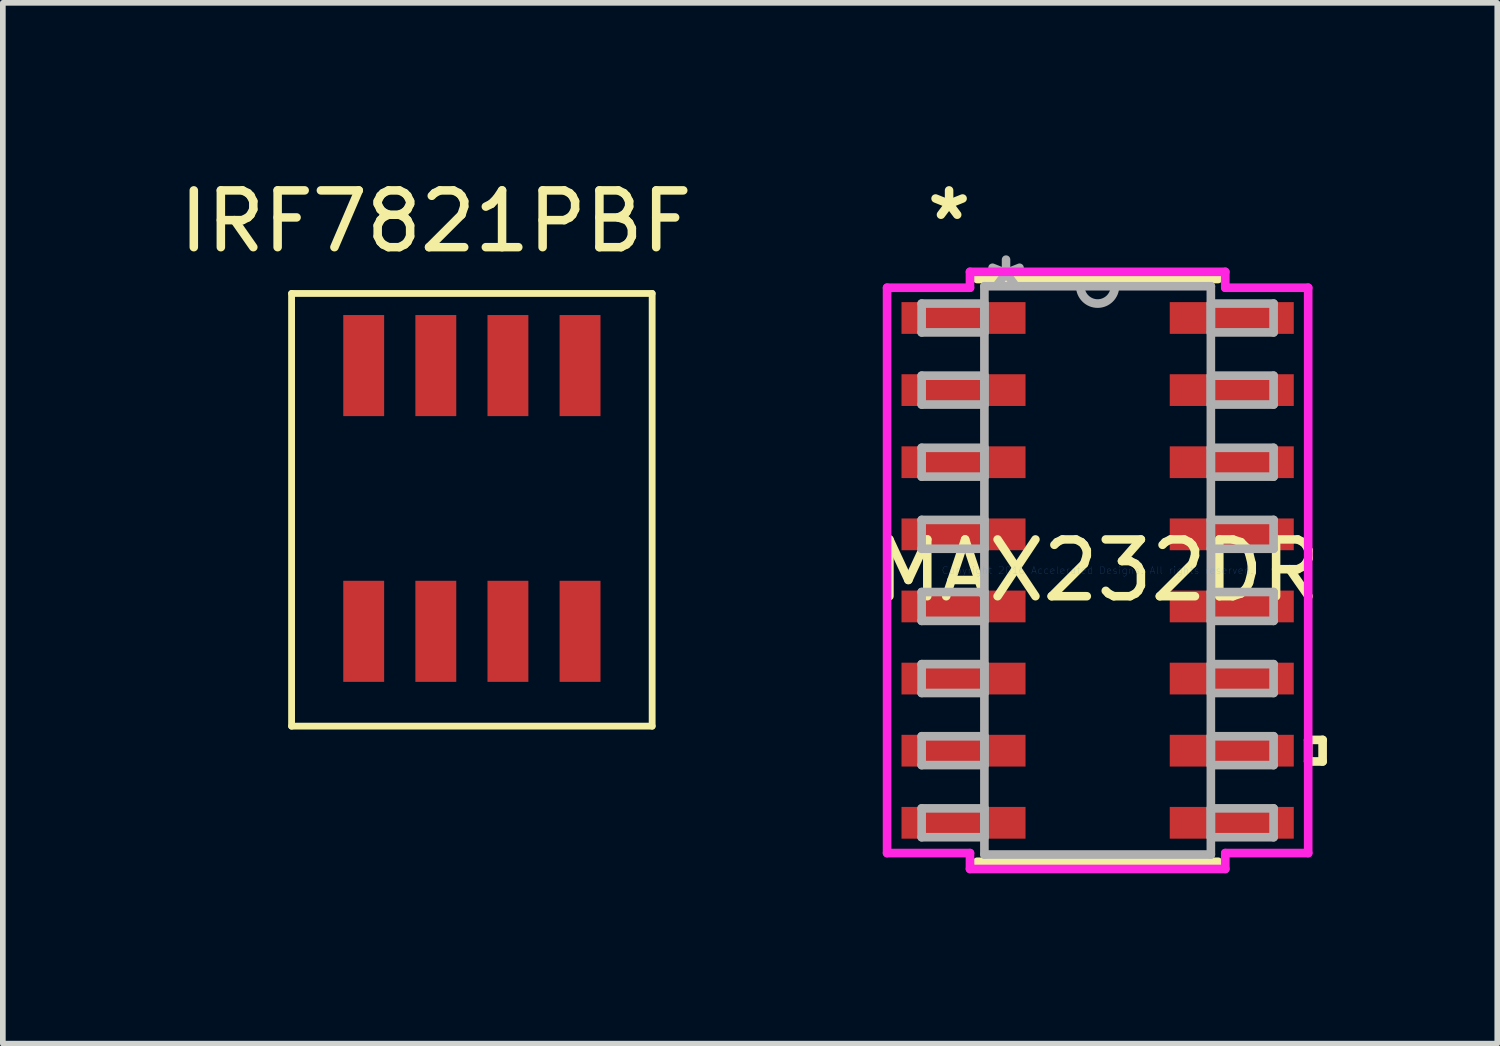
<source format=kicad_pcb>
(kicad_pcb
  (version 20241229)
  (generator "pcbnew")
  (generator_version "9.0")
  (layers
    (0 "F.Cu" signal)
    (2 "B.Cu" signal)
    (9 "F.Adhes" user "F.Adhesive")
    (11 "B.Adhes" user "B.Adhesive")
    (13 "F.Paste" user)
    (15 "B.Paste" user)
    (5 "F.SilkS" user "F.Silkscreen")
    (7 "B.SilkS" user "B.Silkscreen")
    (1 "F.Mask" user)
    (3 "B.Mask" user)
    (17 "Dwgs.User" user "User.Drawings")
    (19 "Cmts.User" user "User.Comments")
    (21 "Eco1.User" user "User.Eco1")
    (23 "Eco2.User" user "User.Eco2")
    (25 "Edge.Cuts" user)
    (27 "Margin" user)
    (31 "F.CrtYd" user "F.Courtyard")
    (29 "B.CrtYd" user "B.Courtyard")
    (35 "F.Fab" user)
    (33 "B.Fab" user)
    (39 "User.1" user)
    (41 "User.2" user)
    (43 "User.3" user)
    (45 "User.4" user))
  (footprint "IRF7821PBF"
    (layer "F.Cu")
    (at 4.625 3.388)
    (property "Reference" "IRF7821PBF" (at 0 -2.54 0) (layer "F.SilkS") (effects (font (size 1 1) (thickness 0.15))))
    (attr through_hole)
    (fp_line (start -2.54 -1.27) (end -2.54 6.35) (stroke (width 0.12) (type solid)) (layer "F.SilkS"))
    (fp_line (start -2.54 6.35) (end 3.81 6.35) (stroke (width 0.12) (type solid)) (layer "F.SilkS"))
    (fp_line (start 3.81 -1.27) (end -2.54 -1.27) (stroke (width 0.12) (type solid)) (layer "F.SilkS"))
    (fp_line (start 3.81 6.35) (end 3.81 -1.27) (stroke (width 0.12) (type solid)) (layer "F.SilkS"))
    (pad "1" smd rect (at 2.54 0) (size 0.72 1.78) (layers "F.Cu" "F.Mask" "F.Paste"))
    (pad "2" smd rect (at 1.27 0) (size 0.72 1.78) (layers "F.Cu" "F.Mask" "F.Paste"))
    (pad "3" smd rect (at 0 0) (size 0.72 1.78) (layers "F.Cu" "F.Mask" "F.Paste"))
    (pad "4" smd rect (at -1.27 0) (size 0.72 1.78) (layers "F.Cu" "F.Mask" "F.Paste"))
    (pad "5" smd rect (at -1.27 4.68) (size 0.72 1.78) (layers "F.Cu" "F.Mask" "F.Paste"))
    (pad "6" smd rect (at 0 4.68) (size 0.72 1.78) (layers "F.Cu" "F.Mask" "F.Paste"))
    (pad "7" smd rect (at 1.27 4.68) (size 0.72 1.78) (layers "F.Cu" "F.Mask" "F.Paste"))
    (pad "8" smd rect (at 2.54 4.68) (size 0.72 1.78) (layers "F.Cu" "F.Mask" "F.Paste")))
  (footprint "MAX232DR"
    (layer "F.Cu")
    (at 16.28 6.995)
    (property "Reference" "MAX232DR" (at 0 0 0) (layer "F.SilkS") (effects (font (size 1 1) (thickness 0.15))))
    (attr through_hole)
    (fp_line (start -2.121 5.131) (end 2.121 5.131) (stroke (width 0.152) (type solid)) (layer "F.SilkS"))
    (fp_line (start 2.121 -5.131) (end -2.121 -5.131) (stroke (width 0.152) (type solid)) (layer "F.SilkS"))
    (fp_line (start 3.708 2.985) (end 3.962 2.985) (stroke (width 0.152) (type solid)) (layer "F.SilkS"))
    (fp_line (start 3.708 3.365) (end 3.708 2.985) (stroke (width 0.152) (type solid)) (layer "F.SilkS"))
    (fp_line (start 3.962 2.985) (end 3.962 3.365) (stroke (width 0.152) (type solid)) (layer "F.SilkS"))
    (fp_line (start 3.962 3.365) (end 3.708 3.365) (stroke (width 0.152) (type solid)) (layer "F.SilkS"))
    (fp_line (start -3.708 -4.978) (end -2.248 -4.978) (stroke (width 0.152) (type solid)) (layer "F.CrtYd"))
    (fp_line (start -3.708 4.978) (end -3.708 -4.978) (stroke (width 0.152) (type solid)) (layer "F.CrtYd"))
    (fp_line (start -2.248 -5.258) (end 2.248 -5.258) (stroke (width 0.152) (type solid)) (layer "F.CrtYd"))
    (fp_line (start -2.248 -4.978) (end -2.248 -5.258) (stroke (width 0.152) (type solid)) (layer "F.CrtYd"))
    (fp_line (start -2.248 4.978) (end -3.708 4.978) (stroke (width 0.152) (type solid)) (layer "F.CrtYd"))
    (fp_line (start -2.248 5.258) (end -2.248 4.978) (stroke (width 0.152) (type solid)) (layer "F.CrtYd"))
    (fp_line (start 2.248 -5.258) (end 2.248 -4.978) (stroke (width 0.152) (type solid)) (layer "F.CrtYd"))
    (fp_line (start 2.248 -4.978) (end 3.708 -4.978) (stroke (width 0.152) (type solid)) (layer "F.CrtYd"))
    (fp_line (start 2.248 4.978) (end 2.248 5.258) (stroke (width 0.152) (type solid)) (layer "F.CrtYd"))
    (fp_line (start 2.248 5.258) (end -2.248 5.258) (stroke (width 0.152) (type solid)) (layer "F.CrtYd"))
    (fp_line (start 3.708 -4.978) (end 3.708 4.978) (stroke (width 0.152) (type solid)) (layer "F.CrtYd"))
    (fp_line (start 3.708 4.978) (end 2.248 4.978) (stroke (width 0.152) (type solid)) (layer "F.CrtYd"))
    (fp_line (start -3.099 -4.699) (end -3.099 -4.191) (stroke (width 0.152) (type solid)) (layer "F.Fab"))
    (fp_line (start -3.099 -4.191) (end -1.994 -4.191) (stroke (width 0.152) (type solid)) (layer "F.Fab"))
    (fp_line (start -3.099 -3.429) (end -3.099 -2.921) (stroke (width 0.152) (type solid)) (layer "F.Fab"))
    (fp_line (start -3.099 -2.921) (end -1.994 -2.921) (stroke (width 0.152) (type solid)) (layer "F.Fab"))
    (fp_line (start -3.099 -2.159) (end -3.099 -1.651) (stroke (width 0.152) (type solid)) (layer "F.Fab"))
    (fp_line (start -3.099 -1.651) (end -1.994 -1.651) (stroke (width 0.152) (type solid)) (layer "F.Fab"))
    (fp_line (start -3.099 -0.889) (end -3.099 -0.381) (stroke (width 0.152) (type solid)) (layer "F.Fab"))
    (fp_line (start -3.099 -0.381) (end -1.994 -0.381) (stroke (width 0.152) (type solid)) (layer "F.Fab"))
    (fp_line (start -3.099 0.381) (end -3.099 0.889) (stroke (width 0.152) (type solid)) (layer "F.Fab"))
    (fp_line (start -3.099 0.889) (end -1.994 0.889) (stroke (width 0.152) (type solid)) (layer "F.Fab"))
    (fp_line (start -3.099 1.651) (end -3.099 2.159) (stroke (width 0.152) (type solid)) (layer "F.Fab"))
    (fp_line (start -3.099 2.159) (end -1.994 2.159) (stroke (width 0.152) (type solid)) (layer "F.Fab"))
    (fp_line (start -3.099 2.921) (end -3.099 3.429) (stroke (width 0.152) (type solid)) (layer "F.Fab"))
    (fp_line (start -3.099 3.429) (end -1.994 3.429) (stroke (width 0.152) (type solid)) (layer "F.Fab"))
    (fp_line (start -3.099 4.191) (end -3.099 4.699) (stroke (width 0.152) (type solid)) (layer "F.Fab"))
    (fp_line (start -3.099 4.699) (end -1.994 4.699) (stroke (width 0.152) (type solid)) (layer "F.Fab"))
    (fp_line (start -1.994 -5.004) (end -1.994 5.004) (stroke (width 0.152) (type solid)) (layer "F.Fab"))
    (fp_line (start -1.994 -4.699) (end -3.099 -4.699) (stroke (width 0.152) (type solid)) (layer "F.Fab"))
    (fp_line (start -1.994 -4.191) (end -1.994 -4.699) (stroke (width 0.152) (type solid)) (layer "F.Fab"))
    (fp_line (start -1.994 -3.429) (end -3.099 -3.429) (stroke (width 0.152) (type solid)) (layer "F.Fab"))
    (fp_line (start -1.994 -2.921) (end -1.994 -3.429) (stroke (width 0.152) (type solid)) (layer "F.Fab"))
    (fp_line (start -1.994 -2.159) (end -3.099 -2.159) (stroke (width 0.152) (type solid)) (layer "F.Fab"))
    (fp_line (start -1.994 -1.651) (end -1.994 -2.159) (stroke (width 0.152) (type solid)) (layer "F.Fab"))
    (fp_line (start -1.994 -0.889) (end -3.099 -0.889) (stroke (width 0.152) (type solid)) (layer "F.Fab"))
    (fp_line (start -1.994 -0.381) (end -1.994 -0.889) (stroke (width 0.152) (type solid)) (layer "F.Fab"))
    (fp_line (start -1.994 0.381) (end -3.099 0.381) (stroke (width 0.152) (type solid)) (layer "F.Fab"))
    (fp_line (start -1.994 0.889) (end -1.994 0.381) (stroke (width 0.152) (type solid)) (layer "F.Fab"))
    (fp_line (start -1.994 1.651) (end -3.099 1.651) (stroke (width 0.152) (type solid)) (layer "F.Fab"))
    (fp_line (start -1.994 2.159) (end -1.994 1.651) (stroke (width 0.152) (type solid)) (layer "F.Fab"))
    (fp_line (start -1.994 2.921) (end -3.099 2.921) (stroke (width 0.152) (type solid)) (layer "F.Fab"))
    (fp_line (start -1.994 3.429) (end -1.994 2.921) (stroke (width 0.152) (type solid)) (layer "F.Fab"))
    (fp_line (start -1.994 4.191) (end -3.099 4.191) (stroke (width 0.152) (type solid)) (layer "F.Fab"))
    (fp_line (start -1.994 4.699) (end -1.994 4.191) (stroke (width 0.152) (type solid)) (layer "F.Fab"))
    (fp_line (start -1.994 5.004) (end 1.994 5.004) (stroke (width 0.152) (type solid)) (layer "F.Fab"))
    (fp_line (start 1.994 -5.004) (end -1.994 -5.004) (stroke (width 0.152) (type solid)) (layer "F.Fab"))
    (fp_line (start 1.994 -4.699) (end 1.994 -4.191) (stroke (width 0.152) (type solid)) (layer "F.Fab"))
    (fp_line (start 1.994 -4.191) (end 3.099 -4.191) (stroke (width 0.152) (type solid)) (layer "F.Fab"))
    (fp_line (start 1.994 -3.429) (end 1.994 -2.921) (stroke (width 0.152) (type solid)) (layer "F.Fab"))
    (fp_line (start 1.994 -2.921) (end 3.099 -2.921) (stroke (width 0.152) (type solid)) (layer "F.Fab"))
    (fp_line (start 1.994 -2.159) (end 1.994 -1.651) (stroke (width 0.152) (type solid)) (layer "F.Fab"))
    (fp_line (start 1.994 -1.651) (end 3.099 -1.651) (stroke (width 0.152) (type solid)) (layer "F.Fab"))
    (fp_line (start 1.994 -0.889) (end 1.994 -0.381) (stroke (width 0.152) (type solid)) (layer "F.Fab"))
    (fp_line (start 1.994 -0.381) (end 3.099 -0.381) (stroke (width 0.152) (type solid)) (layer "F.Fab"))
    (fp_line (start 1.994 0.381) (end 1.994 0.889) (stroke (width 0.152) (type solid)) (layer "F.Fab"))
    (fp_line (start 1.994 0.889) (end 3.099 0.889) (stroke (width 0.152) (type solid)) (layer "F.Fab"))
    (fp_line (start 1.994 1.651) (end 1.994 2.159) (stroke (width 0.152) (type solid)) (layer "F.Fab"))
    (fp_line (start 1.994 2.159) (end 3.099 2.159) (stroke (width 0.152) (type solid)) (layer "F.Fab"))
    (fp_line (start 1.994 2.921) (end 1.994 3.429) (stroke (width 0.152) (type solid)) (layer "F.Fab"))
    (fp_line (start 1.994 3.429) (end 3.099 3.429) (stroke (width 0.152) (type solid)) (layer "F.Fab"))
    (fp_line (start 1.994 4.191) (end 1.994 4.699) (stroke (width 0.152) (type solid)) (layer "F.Fab"))
    (fp_line (start 1.994 4.699) (end 3.099 4.699) (stroke (width 0.152) (type solid)) (layer "F.Fab"))
    (fp_line (start 1.994 5.004) (end 1.994 -5.004) (stroke (width 0.152) (type solid)) (layer "F.Fab"))
    (fp_line (start 3.099 -4.699) (end 1.994 -4.699) (stroke (width 0.152) (type solid)) (layer "F.Fab"))
    (fp_line (start 3.099 -4.191) (end 3.099 -4.699) (stroke (width 0.152) (type solid)) (layer "F.Fab"))
    (fp_line (start 3.099 -3.429) (end 1.994 -3.429) (stroke (width 0.152) (type solid)) (layer "F.Fab"))
    (fp_line (start 3.099 -2.921) (end 3.099 -3.429) (stroke (width 0.152) (type solid)) (layer "F.Fab"))
    (fp_line (start 3.099 -2.159) (end 1.994 -2.159) (stroke (width 0.152) (type solid)) (layer "F.Fab"))
    (fp_line (start 3.099 -1.651) (end 3.099 -2.159) (stroke (width 0.152) (type solid)) (layer "F.Fab"))
    (fp_line (start 3.099 -0.889) (end 1.994 -0.889) (stroke (width 0.152) (type solid)) (layer "F.Fab"))
    (fp_line (start 3.099 -0.381) (end 3.099 -0.889) (stroke (width 0.152) (type solid)) (layer "F.Fab"))
    (fp_line (start 3.099 0.381) (end 1.994 0.381) (stroke (width 0.152) (type solid)) (layer "F.Fab"))
    (fp_line (start 3.099 0.889) (end 3.099 0.381) (stroke (width 0.152) (type solid)) (layer "F.Fab"))
    (fp_line (start 3.099 1.651) (end 1.994 1.651) (stroke (width 0.152) (type solid)) (layer "F.Fab"))
    (fp_line (start 3.099 2.159) (end 3.099 1.651) (stroke (width 0.152) (type solid)) (layer "F.Fab"))
    (fp_line (start 3.099 2.921) (end 1.994 2.921) (stroke (width 0.152) (type solid)) (layer "F.Fab"))
    (fp_line (start 3.099 3.429) (end 3.099 2.921) (stroke (width 0.152) (type solid)) (layer "F.Fab"))
    (fp_line (start 3.099 4.191) (end 1.994 4.191) (stroke (width 0.152) (type solid)) (layer "F.Fab"))
    (fp_line (start 3.099 4.699) (end 3.099 4.191) (stroke (width 0.152) (type solid)) (layer "F.Fab"))
    (fp_arc (start 0.3048 -5.0038) (mid 0 -4.699) (end -0.3048 -5.0038) (stroke (width 0.1524) (type solid)) (layer "F.Fab"))
    (fp_text user "*" (at -2.616 -6.147 0) (layer "F.SilkS") (effects (font (size 1 1) (thickness 0.15))))
    (fp_text user "Copyright 2016 Accelerated Designs. All rights reserved." (at 0 0 0) (layer "Cmts.User") (effects (font (size 0.127 0.127) (thickness 0.002))))
    (fp_text user "*" (at -1.613 -4.928 0) (layer "F.Fab") (effects (font (size 1 1) (thickness 0.15))))
    (pad "1" smd rect (at -2.362 -4.445) (size 2.184 0.559) (layers "F.Cu" "F.Mask" "F.Paste"))
    (pad "2" smd rect (at -2.362 -3.175) (size 2.184 0.559) (layers "F.Cu" "F.Mask" "F.Paste"))
    (pad "3" smd rect (at -2.362 -1.905) (size 2.184 0.559) (layers "F.Cu" "F.Mask" "F.Paste"))
    (pad "4" smd rect (at -2.362 -0.635) (size 2.184 0.559) (layers "F.Cu" "F.Mask" "F.Paste"))
    (pad "5" smd rect (at -2.362 0.635) (size 2.184 0.559) (layers "F.Cu" "F.Mask" "F.Paste"))
    (pad "6" smd rect (at -2.362 1.905) (size 2.184 0.559) (layers "F.Cu" "F.Mask" "F.Paste"))
    (pad "7" smd rect (at -2.362 3.175) (size 2.184 0.559) (layers "F.Cu" "F.Mask" "F.Paste"))
    (pad "8" smd rect (at -2.362 4.445) (size 2.184 0.559) (layers "F.Cu" "F.Mask" "F.Paste"))
    (pad "9" smd rect (at 2.362 4.445) (size 2.184 0.559) (layers "F.Cu" "F.Mask" "F.Paste"))
    (pad "10" smd rect (at 2.362 3.175) (size 2.184 0.559) (layers "F.Cu" "F.Mask" "F.Paste"))
    (pad "11" smd rect (at 2.362 1.905) (size 2.184 0.559) (layers "F.Cu" "F.Mask" "F.Paste"))
    (pad "12" smd rect (at 2.362 0.635) (size 2.184 0.559) (layers "F.Cu" "F.Mask" "F.Paste"))
    (pad "13" smd rect (at 2.362 -0.635) (size 2.184 0.559) (layers "F.Cu" "F.Mask" "F.Paste"))
    (pad "14" smd rect (at 2.362 -1.905) (size 2.184 0.559) (layers "F.Cu" "F.Mask" "F.Paste"))
    (pad "15" smd rect (at 2.362 -3.175) (size 2.184 0.559) (layers "F.Cu" "F.Mask" "F.Paste"))
    (pad "16" smd rect (at 2.362 -4.445) (size 2.184 0.559) (layers "F.Cu" "F.Mask" "F.Paste")))
  (gr_rect
    (start -3 -3)
    (end 23.318 15.329)
    (stroke (width 0.1) (type default))
    (fill no)
    (layer "Edge.Cuts")))
</source>
